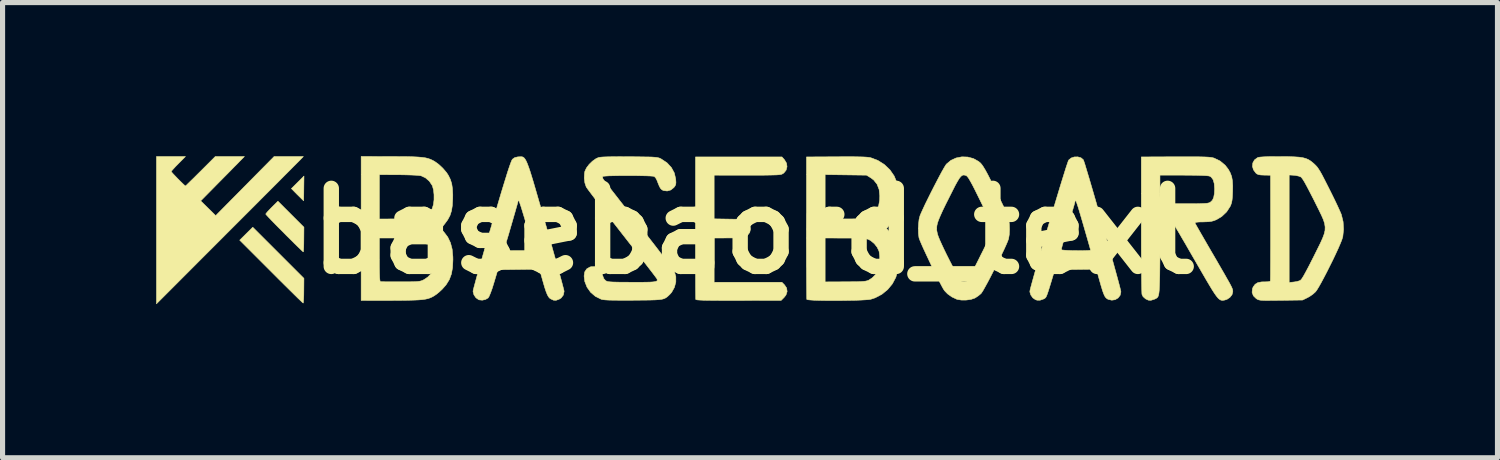
<source format=kicad_pcb>
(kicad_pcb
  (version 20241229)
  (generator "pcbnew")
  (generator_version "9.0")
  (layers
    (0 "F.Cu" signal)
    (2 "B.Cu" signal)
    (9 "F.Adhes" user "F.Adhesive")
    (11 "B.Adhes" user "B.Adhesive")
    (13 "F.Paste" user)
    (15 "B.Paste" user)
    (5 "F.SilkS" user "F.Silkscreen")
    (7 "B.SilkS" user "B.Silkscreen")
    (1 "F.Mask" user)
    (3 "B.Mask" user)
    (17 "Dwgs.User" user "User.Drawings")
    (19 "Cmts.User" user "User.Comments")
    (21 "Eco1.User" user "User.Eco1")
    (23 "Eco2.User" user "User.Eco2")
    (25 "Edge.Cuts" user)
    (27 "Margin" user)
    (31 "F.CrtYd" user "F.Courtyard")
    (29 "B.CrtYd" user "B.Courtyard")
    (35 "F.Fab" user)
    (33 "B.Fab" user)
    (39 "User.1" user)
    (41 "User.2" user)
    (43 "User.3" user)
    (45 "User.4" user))
  (footprint "basebaord_text"
    (layer "F.Cu")
    (at 11.655 1.462)
    (property "Reference" "basebaord_text" (at 0 0 0) (layer "F.SilkS") (effects (font (size 1.524 1.524) (thickness 0.3))))
    (attr through_hole)
    (fp_poly (pts (xy -8.773 -0.834) (xy -8.774 -0.748) (xy -8.775 -0.675) (xy -8.776 -0.623) (xy -8.777 -0.595) (xy -8.778 -0.593) (xy -8.79 -0.604) (xy -8.821 -0.634) (xy -8.865 -0.678) (xy -8.899 -0.711) (xy -9.016 -0.83) (xy -8.77 -1.075) (xy -8.773 -0.834)) (stroke (width 0.01) (type solid)) (fill yes) (layer "F.SilkS"))
    (fp_poly (pts (xy -8.771 0.923) (xy -8.773 1.164) (xy -8.774 1.25) (xy -8.777 1.323) (xy -8.78 1.376) (xy -8.784 1.403) (xy -8.786 1.405) (xy -8.8 1.394) (xy -8.835 1.36) (xy -8.89 1.308) (xy -8.962 1.237) (xy -9.048 1.152) (xy -9.147 1.054) (xy -9.256 0.946) (xy -9.373 0.829) (xy -9.411 0.791) (xy -10.025 0.177) (xy -9.898 0.051) (xy -9.77 -0.076) (xy -8.771 0.923)) (stroke (width 0.01) (type solid)) (fill yes) (layer "F.SilkS"))
    (fp_poly (pts (xy -8.771 -0.076) (xy -8.773 0.165) (xy -8.774 0.251) (xy -8.776 0.324) (xy -8.779 0.377) (xy -8.782 0.404) (xy -8.783 0.406) (xy -8.797 0.395) (xy -8.832 0.362) (xy -8.884 0.312) (xy -8.952 0.246) (xy -9.031 0.167) (xy -9.119 0.08) (xy -9.154 0.044) (xy -9.245 -0.047) (xy -9.327 -0.13) (xy -9.398 -0.203) (xy -9.455 -0.263) (xy -9.495 -0.306) (xy -9.515 -0.33) (xy -9.517 -0.333) (xy -9.505 -0.35) (xy -9.475 -0.386) (xy -9.43 -0.433) (xy -9.398 -0.466) (xy -9.279 -0.584) (xy -8.771 -0.076)) (stroke (width 0.01) (type solid)) (fill yes) (layer "F.SilkS"))
    (fp_poly (pts (xy -11.223 -1.316) (xy -11.278 -1.26) (xy -11.322 -1.212) (xy -11.352 -1.178) (xy -11.362 -1.163) (xy -11.351 -1.148) (xy -11.322 -1.115) (xy -11.279 -1.07) (xy -11.231 -1.02) (xy -11.181 -0.97) (xy -11.136 -0.926) (xy -11.102 -0.894) (xy -11.085 -0.881) (xy -11.084 -0.881) (xy -11.071 -0.892) (xy -11.038 -0.924) (xy -10.987 -0.974) (xy -10.922 -1.037) (xy -10.847 -1.112) (xy -10.79 -1.168) (xy -10.502 -1.456) (xy -9.933 -1.456) (xy -9.995 -1.393) (xy -10.023 -1.365) (xy -10.07 -1.316) (xy -10.135 -1.251) (xy -10.212 -1.172) (xy -10.299 -1.084) (xy -10.392 -0.99) (xy -10.422 -0.96) (xy -10.787 -0.59) (xy -10.64 -0.446) (xy -10.494 -0.302) (xy -9.353 -1.456) (xy -8.782 -1.456) (xy -8.848 -1.387) (xy -8.869 -1.366) (xy -8.912 -1.323) (xy -8.976 -1.259) (xy -9.059 -1.175) (xy -9.159 -1.075) (xy -9.275 -0.958) (xy -9.406 -0.827) (xy -9.55 -0.683) (xy -9.704 -0.528) (xy -9.868 -0.364) (xy -10.041 -0.191) (xy -10.219 -0.013) (xy -10.283 0.051) (xy -11.65 1.42) (xy -11.65 -1.456) (xy -11.084 -1.456) (xy -11.223 -1.316)) (stroke (width 0.01) (type solid)) (fill yes) (layer "F.SilkS"))
    (fp_poly (pts (xy 0.611 -1.393) (xy 0.651 -1.326) (xy 0.661 -1.257) (xy 0.643 -1.19) (xy 0.599 -1.135) (xy 0.562 -1.112) (xy 0.542 -1.106) (xy 0.507 -1.101) (xy 0.455 -1.097) (xy 0.382 -1.095) (xy 0.286 -1.093) (xy 0.164 -1.091) (xy 0.013 -1.091) (xy -0.123 -1.091) (xy -0.762 -1.092) (xy -0.762 -0.239) (xy -0.456 -0.234) (xy -0.15 -0.229) (xy -0.1 -0.173) (xy -0.062 -0.109) (xy -0.052 -0.039) (xy -0.068 0.027) (xy -0.11 0.082) (xy -0.125 0.094) (xy -0.148 0.107) (xy -0.17 0.118) (xy -0.198 0.125) (xy -0.236 0.129) (xy -0.291 0.132) (xy -0.368 0.133) (xy -0.472 0.134) (xy -0.495 0.134) (xy -0.762 0.135) (xy -0.762 0.999) (xy 0.561 0.999) (xy 0.611 1.049) (xy 0.653 1.111) (xy 0.663 1.179) (xy 0.641 1.247) (xy 0.603 1.296) (xy 0.546 1.353) (xy -0.284 1.354) (xy -0.48 1.354) (xy -0.646 1.354) (xy -0.782 1.353) (xy -0.891 1.352) (xy -0.976 1.35) (xy -1.039 1.347) (xy -1.083 1.344) (xy -1.109 1.34) (xy -1.12 1.335) (xy -1.121 1.334) (xy -1.122 1.314) (xy -1.123 1.263) (xy -1.124 1.183) (xy -1.125 1.077) (xy -1.125 0.947) (xy -1.126 0.796) (xy -1.127 0.627) (xy -1.127 0.442) (xy -1.127 0.243) (xy -1.127 0.034) (xy -1.127 -0.068) (xy -1.126 -1.448) (xy 0.562 -1.448) (xy 0.611 -1.393)) (stroke (width 0.01) (type solid)) (fill yes) (layer "F.SilkS"))
    (fp_poly (pts (xy -4.509 -1.45) (xy -4.49 -1.443) (xy -4.471 -1.428) (xy -4.453 -1.405) (xy -4.433 -1.371) (xy -4.412 -1.324) (xy -4.388 -1.261) (xy -4.36 -1.181) (xy -4.329 -1.082) (xy -4.292 -0.961) (xy -4.25 -0.817) (xy -4.201 -0.648) (xy -4.144 -0.451) (xy -4.079 -0.224) (xy -4.048 -0.116) (xy -3.991 0.084) (xy -3.937 0.275) (xy -3.887 0.454) (xy -3.84 0.619) (xy -3.799 0.768) (xy -3.763 0.898) (xy -3.734 1.006) (xy -3.712 1.09) (xy -3.697 1.146) (xy -3.692 1.173) (xy -3.691 1.175) (xy -3.706 1.248) (xy -3.749 1.305) (xy -3.785 1.328) (xy -3.847 1.351) (xy -3.898 1.349) (xy -3.954 1.323) (xy -3.957 1.322) (xy -3.979 1.304) (xy -4 1.277) (xy -4.021 1.237) (xy -4.044 1.18) (xy -4.07 1.102) (xy -4.1 0.999) (xy -4.137 0.868) (xy -4.142 0.851) (xy -4.171 0.744) (xy -4.985 0.754) (xy -5.062 1.011) (xy -5.097 1.123) (xy -5.129 1.211) (xy -5.155 1.273) (xy -5.175 1.305) (xy -5.226 1.335) (xy -5.29 1.349) (xy -5.352 1.342) (xy -5.361 1.338) (xy -5.413 1.301) (xy -5.452 1.244) (xy -5.469 1.181) (xy -5.469 1.175) (xy -5.465 1.15) (xy -5.451 1.095) (xy -5.429 1.013) (xy -5.4 0.906) (xy -5.364 0.777) (xy -5.322 0.63) (xy -5.275 0.465) (xy -5.246 0.364) (xy -4.867 0.364) (xy -4.853 0.371) (xy -4.806 0.376) (xy -4.728 0.38) (xy -4.621 0.381) (xy -4.578 0.381) (xy -4.483 0.381) (xy -4.4 0.379) (xy -4.336 0.378) (xy -4.296 0.375) (xy -4.284 0.373) (xy -4.289 0.355) (xy -4.302 0.309) (xy -4.322 0.238) (xy -4.348 0.148) (xy -4.378 0.042) (xy -4.413 -0.076) (xy -4.419 -0.098) (xy -4.464 -0.252) (xy -4.502 -0.377) (xy -4.531 -0.472) (xy -4.554 -0.54) (xy -4.57 -0.584) (xy -4.581 -0.605) (xy -4.587 -0.604) (xy -4.588 -0.591) (xy -4.593 -0.571) (xy -4.606 -0.523) (xy -4.626 -0.453) (xy -4.651 -0.365) (xy -4.68 -0.265) (xy -4.711 -0.157) (xy -4.743 -0.048) (xy -4.774 0.06) (xy -4.804 0.159) (xy -4.83 0.246) (xy -4.851 0.316) (xy -4.866 0.362) (xy -4.867 0.364) (xy -5.246 0.364) (xy -5.224 0.287) (xy -5.169 0.097) (xy -5.11 -0.101) (xy -5.104 -0.123) (xy -5.033 -0.363) (xy -4.971 -0.573) (xy -4.917 -0.755) (xy -4.87 -0.909) (xy -4.83 -1.038) (xy -4.797 -1.145) (xy -4.769 -1.23) (xy -4.746 -1.296) (xy -4.728 -1.345) (xy -4.714 -1.379) (xy -4.703 -1.399) (xy -4.698 -1.405) (xy -4.655 -1.435) (xy -4.596 -1.449) (xy -4.58 -1.45) (xy -4.553 -1.451) (xy -4.53 -1.452) (xy -4.509 -1.45)) (stroke (width 0.01) (type solid)) (fill yes) (layer "F.SilkS"))
    (fp_poly (pts (xy 6.399 -1.432) (xy 6.444 -1.395) (xy 6.447 -1.39) (xy 6.456 -1.366) (xy 6.474 -1.313) (xy 6.498 -1.233) (xy 6.529 -1.13) (xy 6.566 -1.007) (xy 6.607 -0.867) (xy 6.652 -0.713) (xy 6.7 -0.547) (xy 6.749 -0.374) (xy 6.8 -0.196) (xy 6.851 -0.017) (xy 6.902 0.161) (xy 6.951 0.335) (xy 6.997 0.5) (xy 7.04 0.655) (xy 7.079 0.797) (xy 7.113 0.921) (xy 7.141 1.025) (xy 7.162 1.106) (xy 7.175 1.161) (xy 7.18 1.186) (xy 7.18 1.186) (xy 7.165 1.253) (xy 7.125 1.305) (xy 7.068 1.339) (xy 7.002 1.349) (xy 6.933 1.333) (xy 6.926 1.33) (xy 6.902 1.315) (xy 6.881 1.295) (xy 6.862 1.266) (xy 6.843 1.223) (xy 6.821 1.162) (xy 6.795 1.077) (xy 6.764 0.969) (xy 6.701 0.744) (xy 6.295 0.749) (xy 5.889 0.754) (xy 5.856 0.864) (xy 5.817 0.994) (xy 5.786 1.095) (xy 5.762 1.171) (xy 5.743 1.227) (xy 5.728 1.265) (xy 5.715 1.291) (xy 5.702 1.306) (xy 5.689 1.316) (xy 5.673 1.324) (xy 5.666 1.327) (xy 5.6 1.35) (xy 5.543 1.349) (xy 5.51 1.338) (xy 5.46 1.303) (xy 5.421 1.248) (xy 5.402 1.188) (xy 5.402 1.179) (xy 5.406 1.152) (xy 5.42 1.096) (xy 5.442 1.015) (xy 5.471 0.91) (xy 5.506 0.785) (xy 5.546 0.644) (xy 5.59 0.489) (xy 5.627 0.363) (xy 6.017 0.363) (xy 6.017 0.364) (xy 6.035 0.369) (xy 6.079 0.373) (xy 6.144 0.377) (xy 6.221 0.38) (xy 6.305 0.381) (xy 6.389 0.382) (xy 6.466 0.381) (xy 6.529 0.379) (xy 6.572 0.376) (xy 6.587 0.371) (xy 6.583 0.353) (xy 6.57 0.306) (xy 6.55 0.236) (xy 6.524 0.145) (xy 6.493 0.038) (xy 6.459 -0.08) (xy 6.45 -0.111) (xy 6.406 -0.263) (xy 6.37 -0.384) (xy 6.342 -0.476) (xy 6.32 -0.542) (xy 6.304 -0.584) (xy 6.294 -0.603) (xy 6.289 -0.602) (xy 6.287 -0.589) (xy 6.282 -0.568) (xy 6.269 -0.518) (xy 6.248 -0.445) (xy 6.221 -0.353) (xy 6.189 -0.245) (xy 6.154 -0.127) (xy 6.149 -0.111) (xy 6.113 0.008) (xy 6.081 0.117) (xy 6.055 0.211) (xy 6.034 0.286) (xy 6.021 0.338) (xy 6.017 0.363) (xy 5.627 0.363) (xy 5.638 0.323) (xy 5.689 0.15) (xy 5.741 -0.027) (xy 5.794 -0.206) (xy 5.847 -0.383) (xy 5.898 -0.555) (xy 5.948 -0.72) (xy 5.994 -0.873) (xy 6.037 -1.012) (xy 6.075 -1.134) (xy 6.107 -1.236) (xy 6.133 -1.314) (xy 6.151 -1.366) (xy 6.161 -1.388) (xy 6.208 -1.427) (xy 6.271 -1.448) (xy 6.338 -1.449) (xy 6.399 -1.432)) (stroke (width 0.01) (type solid)) (fill yes) (layer "F.SilkS"))
    (fp_poly (pts (xy 10.304 -1.455) (xy 10.449 -1.454) (xy 10.565 -1.45) (xy 10.658 -1.444) (xy 10.732 -1.433) (xy 10.791 -1.417) (xy 10.842 -1.395) (xy 10.889 -1.365) (xy 10.936 -1.327) (xy 10.956 -1.309) (xy 10.984 -1.282) (xy 11.011 -1.252) (xy 11.037 -1.215) (xy 11.067 -1.168) (xy 11.103 -1.105) (xy 11.146 -1.022) (xy 11.2 -0.916) (xy 11.247 -0.823) (xy 11.304 -0.709) (xy 11.357 -0.601) (xy 11.404 -0.502) (xy 11.442 -0.419) (xy 11.47 -0.356) (xy 11.484 -0.322) (xy 11.518 -0.183) (xy 11.527 -0.035) (xy 11.512 0.108) (xy 11.508 0.122) (xy 11.492 0.173) (xy 11.462 0.247) (xy 11.422 0.34) (xy 11.373 0.446) (xy 11.318 0.562) (xy 11.259 0.68) (xy 11.2 0.798) (xy 11.142 0.909) (xy 11.089 1.008) (xy 11.042 1.091) (xy 11.004 1.153) (xy 10.98 1.185) (xy 10.929 1.231) (xy 10.865 1.276) (xy 10.823 1.299) (xy 10.727 1.346) (xy 10.304 1.352) (xy 10.173 1.353) (xy 10.072 1.354) (xy 9.996 1.354) (xy 9.94 1.352) (xy 9.901 1.349) (xy 9.873 1.343) (xy 9.852 1.336) (xy 9.833 1.325) (xy 9.821 1.317) (xy 9.766 1.263) (xy 9.741 1.196) (xy 9.748 1.124) (xy 9.763 1.089) (xy 9.801 1.038) (xy 9.853 1.006) (xy 9.87 1.003) (xy 10.465 1.003) (xy 10.556 0.994) (xy 10.616 0.985) (xy 10.668 0.969) (xy 10.687 0.959) (xy 10.709 0.934) (xy 10.744 0.879) (xy 10.791 0.794) (xy 10.851 0.681) (xy 10.923 0.539) (xy 10.948 0.49) (xy 11.018 0.349) (xy 11.075 0.234) (xy 11.118 0.138) (xy 11.148 0.058) (xy 11.165 -0.013) (xy 11.167 -0.08) (xy 11.157 -0.148) (xy 11.133 -0.223) (xy 11.095 -0.31) (xy 11.044 -0.415) (xy 10.98 -0.543) (xy 10.953 -0.598) (xy 10.877 -0.746) (xy 10.815 -0.865) (xy 10.766 -0.955) (xy 10.728 -1.016) (xy 10.702 -1.05) (xy 10.695 -1.056) (xy 10.653 -1.073) (xy 10.594 -1.086) (xy 10.558 -1.09) (xy 10.465 -1.096) (xy 10.465 1.003) (xy 9.87 1.003) (xy 9.926 0.992) (xy 9.99 0.991) (xy 10.047 0.989) (xy 10.086 0.982) (xy 10.097 0.975) (xy 10.098 0.955) (xy 10.099 0.904) (xy 10.1 0.826) (xy 10.1 0.722) (xy 10.101 0.597) (xy 10.101 0.453) (xy 10.102 0.293) (xy 10.102 0.119) (xy 10.102 -0.064) (xy 10.102 -0.067) (xy 10.101 -1.091) (xy 9.978 -1.093) (xy 9.91 -1.096) (xy 9.865 -1.103) (xy 9.833 -1.118) (xy 9.814 -1.134) (xy 9.768 -1.196) (xy 9.748 -1.264) (xy 9.755 -1.331) (xy 9.787 -1.389) (xy 9.843 -1.431) (xy 9.86 -1.439) (xy 9.898 -1.445) (xy 9.967 -1.45) (xy 10.065 -1.454) (xy 10.188 -1.455) (xy 10.304 -1.455)) (stroke (width 0.01) (type solid)) (fill yes) (layer "F.SilkS"))
    (fp_poly (pts (xy 1.943 -1.452) (xy 2.057 -1.45) (xy 2.147 -1.448) (xy 2.215 -1.444) (xy 2.264 -1.439) (xy 2.295 -1.433) (xy 2.436 -1.379) (xy 2.562 -1.299) (xy 2.669 -1.197) (xy 2.753 -1.076) (xy 2.808 -0.942) (xy 2.811 -0.931) (xy 2.823 -0.867) (xy 2.831 -0.78) (xy 2.835 -0.682) (xy 2.835 -0.585) (xy 2.829 -0.5) (xy 2.826 -0.469) (xy 2.799 -0.367) (xy 2.752 -0.259) (xy 2.692 -0.159) (xy 2.664 -0.123) (xy 2.604 -0.049) (xy 2.645 -0.003) (xy 2.728 0.104) (xy 2.786 0.218) (xy 2.82 0.346) (xy 2.835 0.496) (xy 2.835 0.508) (xy 2.835 0.592) (xy 2.832 0.675) (xy 2.826 0.744) (xy 2.824 0.762) (xy 2.786 0.901) (xy 2.718 1.029) (xy 2.626 1.141) (xy 2.512 1.234) (xy 2.381 1.303) (xy 2.299 1.33) (xy 2.258 1.337) (xy 2.192 1.342) (xy 2.104 1.347) (xy 2 1.351) (xy 1.884 1.353) (xy 1.76 1.355) (xy 1.633 1.356) (xy 1.507 1.356) (xy 1.388 1.355) (xy 1.28 1.353) (xy 1.187 1.35) (xy 1.114 1.345) (xy 1.066 1.34) (xy 1.047 1.334) (xy 1.047 1.334) (xy 1.046 1.314) (xy 1.045 1.263) (xy 1.044 1.183) (xy 1.043 1.077) (xy 1.042 0.992) (xy 1.405 0.992) (xy 1.799 0.99) (xy 1.928 0.989) (xy 2.028 0.988) (xy 2.104 0.985) (xy 2.159 0.981) (xy 2.2 0.976) (xy 2.23 0.968) (xy 2.255 0.959) (xy 2.256 0.958) (xy 2.326 0.912) (xy 2.389 0.848) (xy 2.437 0.776) (xy 2.454 0.734) (xy 2.466 0.665) (xy 2.471 0.578) (xy 2.47 0.489) (xy 2.461 0.413) (xy 2.456 0.389) (xy 2.421 0.316) (xy 2.365 0.244) (xy 2.296 0.187) (xy 2.262 0.168) (xy 2.236 0.157) (xy 2.206 0.15) (xy 2.167 0.144) (xy 2.114 0.14) (xy 2.042 0.138) (xy 1.947 0.136) (xy 1.824 0.136) (xy 1.799 0.136) (xy 1.405 0.135) (xy 1.405 0.992) (xy 1.042 0.992) (xy 1.042 0.947) (xy 1.041 0.796) (xy 1.041 0.627) (xy 1.041 0.442) (xy 1.04 0.243) (xy 1.04 0.034) (xy 1.04 -0.068) (xy 1.041 -0.236) (xy 1.405 -0.236) (xy 1.794 -0.238) (xy 1.919 -0.238) (xy 2.015 -0.239) (xy 2.087 -0.241) (xy 2.14 -0.245) (xy 2.18 -0.25) (xy 2.21 -0.257) (xy 2.237 -0.267) (xy 2.265 -0.281) (xy 2.267 -0.281) (xy 2.35 -0.335) (xy 2.41 -0.404) (xy 2.449 -0.491) (xy 2.469 -0.602) (xy 2.472 -0.688) (xy 2.459 -0.812) (xy 2.419 -0.915) (xy 2.352 -0.999) (xy 2.295 -1.041) (xy 2.213 -1.092) (xy 1.405 -1.103) (xy 1.405 -0.236) (xy 1.041 -0.236) (xy 1.041 -1.448) (xy 1.626 -1.451) (xy 1.8 -1.452) (xy 1.943 -1.452)) (stroke (width 0.01) (type solid)) (fill yes) (layer "F.SilkS"))
    (fp_poly (pts (xy -7.073 -1.456) (xy -6.898 -1.455) (xy -6.753 -1.454) (xy -6.635 -1.451) (xy -6.538 -1.446) (xy -6.461 -1.439) (xy -6.398 -1.43) (xy -6.345 -1.417) (xy -6.3 -1.401) (xy -6.257 -1.381) (xy -6.219 -1.36) (xy -6.14 -1.303) (xy -6.059 -1.227) (xy -5.987 -1.143) (xy -5.952 -1.09) (xy -5.913 -1.011) (xy -5.886 -0.927) (xy -5.871 -0.828) (xy -5.865 -0.709) (xy -5.866 -0.635) (xy -5.873 -0.503) (xy -5.89 -0.396) (xy -5.919 -0.305) (xy -5.964 -0.221) (xy -6.023 -0.141) (xy -6.098 -0.049) (xy -6.039 0.017) (xy -5.963 0.117) (xy -5.91 0.228) (xy -5.877 0.354) (xy -5.863 0.503) (xy -5.862 0.559) (xy -5.869 0.71) (xy -5.892 0.838) (xy -5.933 0.948) (xy -5.996 1.049) (xy -6.068 1.131) (xy -6.123 1.183) (xy -6.181 1.231) (xy -6.226 1.262) (xy -6.266 1.285) (xy -6.306 1.303) (xy -6.349 1.318) (xy -6.4 1.329) (xy -6.461 1.338) (xy -6.538 1.344) (xy -6.633 1.348) (xy -6.75 1.351) (xy -6.894 1.353) (xy -7.065 1.354) (xy -7.654 1.355) (xy -7.654 0.135) (xy -7.298 0.135) (xy -7.298 0.557) (xy -7.298 0.705) (xy -7.296 0.82) (xy -7.293 0.904) (xy -7.288 0.958) (xy -7.282 0.983) (xy -7.28 0.986) (xy -7.258 0.987) (xy -7.207 0.989) (xy -7.133 0.99) (xy -7.041 0.99) (xy -6.935 0.99) (xy -6.884 0.99) (xy -6.761 0.99) (xy -6.667 0.989) (xy -6.597 0.987) (xy -6.545 0.983) (xy -6.507 0.978) (xy -6.477 0.97) (xy -6.451 0.96) (xy -6.424 0.946) (xy -6.352 0.897) (xy -6.293 0.834) (xy -6.291 0.832) (xy -6.268 0.796) (xy -6.252 0.763) (xy -6.243 0.724) (xy -6.238 0.669) (xy -6.234 0.59) (xy -6.234 0.585) (xy -6.234 0.478) (xy -6.245 0.396) (xy -6.267 0.331) (xy -6.305 0.275) (xy -6.344 0.235) (xy -6.378 0.205) (xy -6.409 0.182) (xy -6.444 0.164) (xy -6.485 0.152) (xy -6.539 0.144) (xy -6.61 0.139) (xy -6.703 0.136) (xy -6.822 0.136) (xy -6.899 0.135) (xy -7.298 0.135) (xy -7.654 0.135) (xy -7.654 -0.236) (xy -7.298 -0.236) (xy -6.919 -0.238) (xy -6.796 -0.239) (xy -6.686 -0.242) (xy -6.594 -0.246) (xy -6.524 -0.251) (xy -6.483 -0.257) (xy -6.479 -0.258) (xy -6.399 -0.297) (xy -6.325 -0.359) (xy -6.271 -0.432) (xy -6.264 -0.448) (xy -6.242 -0.52) (xy -6.231 -0.612) (xy -6.231 -0.711) (xy -6.241 -0.805) (xy -6.262 -0.881) (xy -6.267 -0.892) (xy -6.323 -0.975) (xy -6.398 -1.04) (xy -6.484 -1.08) (xy -6.49 -1.081) (xy -6.527 -1.086) (xy -6.592 -1.091) (xy -6.678 -1.095) (xy -6.78 -1.098) (xy -6.891 -1.1) (xy -6.928 -1.1) (xy -7.298 -1.102) (xy -7.298 -0.236) (xy -7.654 -0.236) (xy -7.654 -1.457) (xy -7.073 -1.456)) (stroke (width 0.01) (type solid)) (fill yes) (layer "F.SilkS"))
    (fp_poly (pts (xy 4.19 -1.446) (xy 4.301 -1.416) (xy 4.401 -1.36) (xy 4.441 -1.326) (xy 4.466 -1.296) (xy 4.496 -1.252) (xy 4.534 -1.189) (xy 4.58 -1.105) (xy 4.635 -0.997) (xy 4.703 -0.862) (xy 4.727 -0.813) (xy 4.785 -0.695) (xy 4.838 -0.585) (xy 4.886 -0.486) (xy 4.925 -0.402) (xy 4.955 -0.339) (xy 4.972 -0.301) (xy 4.973 -0.296) (xy 4.992 -0.224) (xy 5.002 -0.13) (xy 5.005 -0.029) (xy 5 0.068) (xy 4.987 0.147) (xy 4.985 0.154) (xy 4.968 0.201) (xy 4.938 0.271) (xy 4.898 0.359) (xy 4.849 0.461) (xy 4.796 0.572) (xy 4.738 0.687) (xy 4.68 0.802) (xy 4.624 0.912) (xy 4.571 1.012) (xy 4.524 1.097) (xy 4.486 1.164) (xy 4.458 1.207) (xy 4.45 1.218) (xy 4.398 1.262) (xy 4.338 1.302) (xy 4.327 1.308) (xy 4.254 1.333) (xy 4.163 1.346) (xy 4.069 1.347) (xy 3.987 1.334) (xy 3.974 1.33) (xy 3.881 1.286) (xy 3.796 1.226) (xy 3.737 1.165) (xy 3.713 1.129) (xy 3.679 1.067) (xy 3.636 0.985) (xy 3.587 0.888) (xy 3.533 0.779) (xy 3.477 0.666) (xy 3.423 0.551) (xy 3.371 0.44) (xy 3.324 0.339) (xy 3.285 0.251) (xy 3.256 0.182) (xy 3.239 0.136) (xy 3.237 0.127) (xy 3.227 0.049) (xy 3.225 -0.044) (xy 3.225 -0.058) (xy 3.582 -0.058) (xy 3.584 -0.014) (xy 3.593 0.032) (xy 3.6 0.063) (xy 3.616 0.11) (xy 3.644 0.178) (xy 3.682 0.262) (xy 3.727 0.358) (xy 3.777 0.461) (xy 3.83 0.566) (xy 3.883 0.669) (xy 3.934 0.765) (xy 3.98 0.848) (xy 4.02 0.915) (xy 4.05 0.961) (xy 4.068 0.981) (xy 4.069 0.982) (xy 4.118 0.989) (xy 4.166 0.98) (xy 4.186 0.968) (xy 4.198 0.948) (xy 4.223 0.903) (xy 4.257 0.838) (xy 4.299 0.756) (xy 4.347 0.663) (xy 4.397 0.564) (xy 4.447 0.463) (xy 4.496 0.366) (xy 4.539 0.277) (xy 4.576 0.201) (xy 4.603 0.143) (xy 4.619 0.107) (xy 4.621 0.102) (xy 4.644 -0.019) (xy 4.637 -0.132) (xy 4.622 -0.189) (xy 4.606 -0.229) (xy 4.577 -0.294) (xy 4.538 -0.379) (xy 4.491 -0.478) (xy 4.438 -0.586) (xy 4.395 -0.673) (xy 4.333 -0.799) (xy 4.283 -0.897) (xy 4.243 -0.97) (xy 4.212 -1.023) (xy 4.188 -1.057) (xy 4.169 -1.077) (xy 4.158 -1.084) (xy 4.128 -1.093) (xy 4.102 -1.095) (xy 4.078 -1.086) (xy 4.052 -1.064) (xy 4.022 -1.026) (xy 3.987 -0.968) (xy 3.943 -0.889) (xy 3.89 -0.784) (xy 3.83 -0.665) (xy 3.757 -0.52) (xy 3.699 -0.4) (xy 3.655 -0.303) (xy 3.622 -0.224) (xy 3.599 -0.16) (xy 3.587 -0.106) (xy 3.582 -0.058) (xy 3.225 -0.058) (xy 3.229 -0.14) (xy 3.239 -0.228) (xy 3.256 -0.295) (xy 3.256 -0.296) (xy 3.28 -0.354) (xy 3.316 -0.433) (xy 3.36 -0.528) (xy 3.412 -0.633) (xy 3.468 -0.746) (xy 3.526 -0.86) (xy 3.583 -0.97) (xy 3.637 -1.073) (xy 3.686 -1.164) (xy 3.727 -1.236) (xy 3.758 -1.287) (xy 3.773 -1.308) (xy 3.86 -1.381) (xy 3.963 -1.428) (xy 4.076 -1.45) (xy 4.19 -1.446)) (stroke (width 0.01) (type solid)) (fill yes) (layer "F.SilkS"))
    (fp_poly (pts (xy 8.673 -1.451) (xy 8.763 -1.449) (xy 8.834 -1.447) (xy 8.889 -1.444) (xy 8.93 -1.44) (xy 8.963 -1.435) (xy 8.99 -1.428) (xy 9.002 -1.424) (xy 9.117 -1.368) (xy 9.217 -1.284) (xy 9.277 -1.206) (xy 9.315 -1.137) (xy 9.342 -1.065) (xy 9.357 -0.983) (xy 9.363 -0.882) (xy 9.361 -0.766) (xy 9.357 -0.673) (xy 9.35 -0.605) (xy 9.34 -0.553) (xy 9.325 -0.509) (xy 9.314 -0.484) (xy 9.244 -0.376) (xy 9.148 -0.285) (xy 9.046 -0.224) (xy 8.994 -0.203) (xy 8.944 -0.19) (xy 8.885 -0.183) (xy 8.805 -0.18) (xy 8.785 -0.179) (xy 8.705 -0.178) (xy 8.655 -0.173) (xy 8.63 -0.166) (xy 8.627 -0.157) (xy 8.637 -0.138) (xy 8.662 -0.093) (xy 8.7 -0.026) (xy 8.75 0.061) (xy 8.81 0.165) (xy 8.877 0.281) (xy 8.95 0.407) (xy 8.972 0.444) (xy 9.064 0.602) (xy 9.14 0.734) (xy 9.202 0.841) (xy 9.251 0.928) (xy 9.29 0.996) (xy 9.318 1.048) (xy 9.338 1.087) (xy 9.351 1.117) (xy 9.359 1.139) (xy 9.363 1.156) (xy 9.364 1.171) (xy 9.364 1.186) (xy 9.349 1.242) (xy 9.308 1.294) (xy 9.251 1.332) (xy 9.208 1.346) (xy 9.18 1.351) (xy 9.154 1.352) (xy 9.13 1.347) (xy 9.105 1.333) (xy 9.078 1.309) (xy 9.046 1.271) (xy 9.009 1.219) (xy 8.963 1.148) (xy 8.908 1.057) (xy 8.841 0.944) (xy 8.761 0.806) (xy 8.67 0.649) (xy 8.589 0.509) (xy 8.512 0.376) (xy 8.441 0.252) (xy 8.376 0.142) (xy 8.322 0.048) (xy 8.278 -0.025) (xy 8.249 -0.075) (xy 8.237 -0.094) (xy 8.184 -0.179) (xy 8.067 -0.178) (xy 7.95 -0.177) (xy 7.942 0.535) (xy 7.94 0.714) (xy 7.938 0.863) (xy 7.935 0.983) (xy 7.932 1.079) (xy 7.928 1.154) (xy 7.922 1.21) (xy 7.914 1.25) (xy 7.904 1.279) (xy 7.89 1.298) (xy 7.873 1.311) (xy 7.853 1.322) (xy 7.828 1.332) (xy 7.767 1.351) (xy 7.717 1.349) (xy 7.663 1.324) (xy 7.659 1.321) (xy 7.612 1.279) (xy 7.591 1.236) (xy 7.589 1.212) (xy 7.587 1.156) (xy 7.585 1.071) (xy 7.583 0.961) (xy 7.582 0.828) (xy 7.58 0.674) (xy 7.579 0.503) (xy 7.578 0.317) (xy 7.578 0.119) (xy 7.578 -0.089) (xy 7.578 -0.132) (xy 7.578 -0.82) (xy 7.942 -0.82) (xy 7.942 -0.728) (xy 7.943 -0.648) (xy 7.945 -0.586) (xy 7.947 -0.549) (xy 7.949 -0.54) (xy 7.967 -0.538) (xy 8.015 -0.537) (xy 8.088 -0.535) (xy 8.181 -0.534) (xy 8.29 -0.534) (xy 8.411 -0.534) (xy 8.419 -0.534) (xy 8.558 -0.534) (xy 8.667 -0.535) (xy 8.751 -0.537) (xy 8.813 -0.54) (xy 8.858 -0.543) (xy 8.889 -0.549) (xy 8.911 -0.556) (xy 8.927 -0.565) (xy 8.966 -0.602) (xy 8.991 -0.656) (xy 9.005 -0.733) (xy 9.009 -0.825) (xy 9.002 -0.927) (xy 8.981 -1.002) (xy 8.944 -1.053) (xy 8.919 -1.07) (xy 8.895 -1.077) (xy 8.848 -1.082) (xy 8.776 -1.086) (xy 8.676 -1.089) (xy 8.547 -1.091) (xy 8.412 -1.092) (xy 7.942 -1.093) (xy 7.942 -0.82) (xy 7.578 -0.82) (xy 7.578 -1.448) (xy 8.247 -1.451) (xy 8.418 -1.451) (xy 8.559 -1.451) (xy 8.673 -1.451)) (stroke (width 0.01) (type solid)) (fill yes) (layer "F.SilkS"))
    (fp_poly (pts (xy -2.441 -1.452) (xy -2.413 -1.452) (xy -2.263 -1.451) (xy -2.143 -1.449) (xy -2.049 -1.448) (xy -1.977 -1.446) (xy -1.923 -1.442) (xy -1.883 -1.438) (xy -1.853 -1.432) (xy -1.829 -1.425) (xy -1.808 -1.415) (xy -1.795 -1.408) (xy -1.683 -1.334) (xy -1.597 -1.241) (xy -1.539 -1.134) (xy -1.512 -1.015) (xy -1.512 -1.011) (xy -1.508 -0.95) (xy -1.512 -0.91) (xy -1.527 -0.879) (xy -1.548 -0.851) (xy -1.608 -0.803) (xy -1.679 -0.783) (xy -1.752 -0.792) (xy -1.759 -0.795) (xy -1.785 -0.81) (xy -1.808 -0.833) (xy -1.83 -0.871) (xy -1.855 -0.931) (xy -1.88 -0.995) (xy -1.903 -1.038) (xy -1.93 -1.066) (xy -1.932 -1.067) (xy -1.957 -1.072) (xy -2.01 -1.076) (xy -2.085 -1.079) (xy -2.178 -1.081) (xy -2.282 -1.083) (xy -2.394 -1.084) (xy -2.508 -1.084) (xy -2.618 -1.083) (xy -2.72 -1.081) (xy -2.808 -1.079) (xy -2.877 -1.075) (xy -2.922 -1.071) (xy -2.938 -1.067) (xy -2.939 -1.04) (xy -2.931 -1.019) (xy -2.918 -1.001) (xy -2.886 -0.958) (xy -2.836 -0.894) (xy -2.771 -0.809) (xy -2.692 -0.708) (xy -2.601 -0.591) (xy -2.5 -0.462) (xy -2.391 -0.323) (xy -2.275 -0.176) (xy -2.243 -0.134) (xy -2.125 0.016) (xy -2.013 0.16) (xy -1.908 0.295) (xy -1.813 0.419) (xy -1.728 0.529) (xy -1.657 0.623) (xy -1.601 0.698) (xy -1.562 0.753) (xy -1.541 0.784) (xy -1.539 0.787) (xy -1.51 0.888) (xy -1.51 0.995) (xy -1.538 1.099) (xy -1.591 1.194) (xy -1.625 1.233) (xy -1.655 1.262) (xy -1.682 1.286) (xy -1.71 1.305) (xy -1.742 1.32) (xy -1.783 1.331) (xy -1.837 1.338) (xy -1.907 1.343) (xy -1.998 1.346) (xy -2.112 1.348) (xy -2.254 1.349) (xy -2.345 1.35) (xy -2.509 1.35) (xy -2.642 1.35) (xy -2.748 1.349) (xy -2.83 1.347) (xy -2.891 1.343) (xy -2.934 1.338) (xy -2.963 1.332) (xy -2.968 1.33) (xy -3.081 1.274) (xy -3.174 1.194) (xy -3.244 1.095) (xy -3.288 0.983) (xy -3.301 0.877) (xy -3.289 0.797) (xy -3.25 0.738) (xy -3.186 0.701) (xy -3.165 0.696) (xy -3.086 0.693) (xy -3.021 0.72) (xy -2.972 0.774) (xy -2.942 0.855) (xy -2.939 0.867) (xy -2.917 0.927) (xy -2.885 0.963) (xy -2.871 0.973) (xy -2.853 0.981) (xy -2.828 0.987) (xy -2.792 0.991) (xy -2.74 0.994) (xy -2.668 0.996) (xy -2.573 0.998) (xy -2.449 0.998) (xy -2.376 0.999) (xy -2.228 0.999) (xy -2.11 0.998) (xy -2.02 0.996) (xy -1.955 0.992) (xy -1.91 0.985) (xy -1.884 0.976) (xy -1.873 0.964) (xy -1.873 0.948) (xy -1.881 0.928) (xy -1.895 0.909) (xy -1.927 0.866) (xy -1.977 0.8) (xy -2.042 0.716) (xy -2.121 0.614) (xy -2.212 0.497) (xy -2.312 0.367) (xy -2.421 0.228) (xy -2.536 0.081) (xy -2.564 0.045) (xy -2.681 -0.105) (xy -2.793 -0.248) (xy -2.896 -0.382) (xy -2.991 -0.504) (xy -3.074 -0.613) (xy -3.144 -0.705) (xy -3.199 -0.778) (xy -3.237 -0.83) (xy -3.257 -0.859) (xy -3.259 -0.861) (xy -3.286 -0.941) (xy -3.298 -1.035) (xy -3.293 -1.129) (xy -3.286 -1.167) (xy -3.255 -1.233) (xy -3.203 -1.302) (xy -3.137 -1.366) (xy -3.068 -1.415) (xy -3.023 -1.435) (xy -2.989 -1.442) (xy -2.933 -1.447) (xy -2.852 -1.45) (xy -2.745 -1.452) (xy -2.609 -1.453) (xy -2.441 -1.452)) (stroke (width 0.01) (type solid)) (fill yes) (layer "F.SilkS")))
  (gr_rect
    (start -3 -3)
    (end 26.187 5.887)
    (stroke (width 0.1) (type default))
    (fill no)
    (layer "Edge.Cuts")))
</source>
